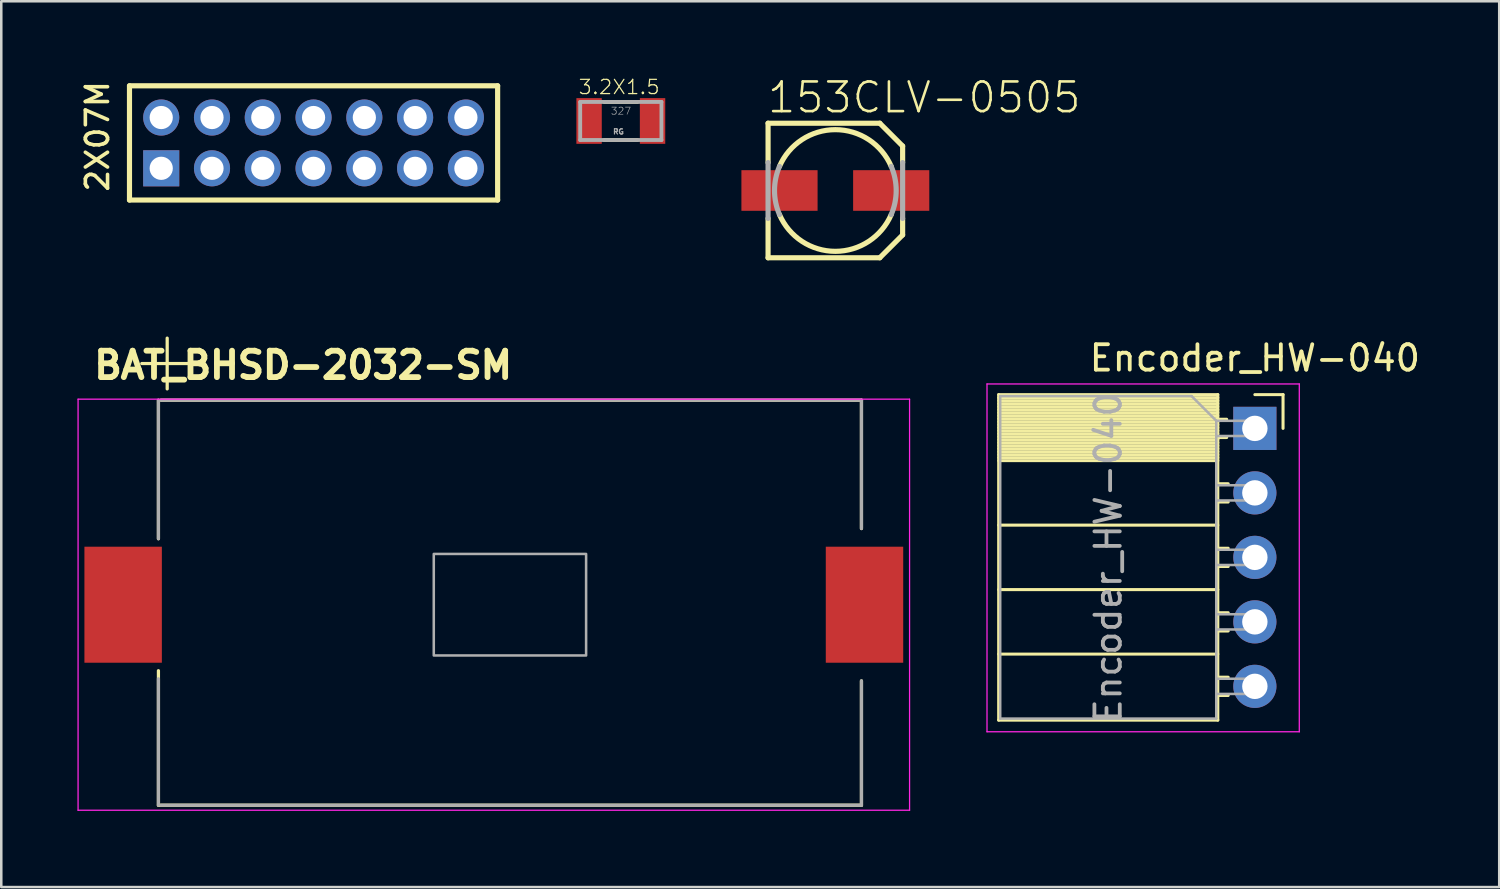
<source format=kicad_pcb>
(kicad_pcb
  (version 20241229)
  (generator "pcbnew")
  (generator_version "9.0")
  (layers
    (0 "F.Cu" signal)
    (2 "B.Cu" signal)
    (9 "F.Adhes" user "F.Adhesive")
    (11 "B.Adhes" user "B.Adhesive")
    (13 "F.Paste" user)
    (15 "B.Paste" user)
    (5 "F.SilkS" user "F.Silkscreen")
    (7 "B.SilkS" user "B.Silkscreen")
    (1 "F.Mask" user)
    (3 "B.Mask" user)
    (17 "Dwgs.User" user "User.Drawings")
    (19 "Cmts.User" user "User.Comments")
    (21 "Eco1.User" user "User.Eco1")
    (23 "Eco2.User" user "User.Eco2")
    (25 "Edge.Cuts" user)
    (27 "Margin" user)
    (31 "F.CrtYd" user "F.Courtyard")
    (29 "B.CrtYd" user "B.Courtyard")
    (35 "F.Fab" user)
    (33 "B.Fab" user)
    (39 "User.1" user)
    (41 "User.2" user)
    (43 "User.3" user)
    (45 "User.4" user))
  (footprint "Encoder_HW-040"
    (layer "F.Cu")
    (at 46.375 13.823)
    (property "Reference" "Encoder_HW-040" (at 0 -2.77 180) (layer "F.SilkS") (effects (font (size 1 1) (thickness 0.15))))
    (attr through_hole)
    (fp_line (start -10.09 -1.33) (end -10.09 11.49) (stroke (width 0.12) (type solid)) (layer "F.SilkS"))
    (fp_line (start -10.09 -1.33) (end -1.46 -1.33) (stroke (width 0.12) (type solid)) (layer "F.SilkS"))
    (fp_line (start -10.09 -1.21) (end -1.46 -1.21) (stroke (width 0.12) (type solid)) (layer "F.SilkS"))
    (fp_line (start -10.09 -1.092) (end -1.46 -1.092) (stroke (width 0.12) (type solid)) (layer "F.SilkS"))
    (fp_line (start -10.09 -0.974) (end -1.46 -0.974) (stroke (width 0.12) (type solid)) (layer "F.SilkS"))
    (fp_line (start -10.09 -0.856) (end -1.46 -0.856) (stroke (width 0.12) (type solid)) (layer "F.SilkS"))
    (fp_line (start -10.09 -0.738) (end -1.46 -0.738) (stroke (width 0.12) (type solid)) (layer "F.SilkS"))
    (fp_line (start -10.09 -0.62) (end -1.46 -0.62) (stroke (width 0.12) (type solid)) (layer "F.SilkS"))
    (fp_line (start -10.09 -0.501) (end -1.46 -0.501) (stroke (width 0.12) (type solid)) (layer "F.SilkS"))
    (fp_line (start -10.09 -0.383) (end -1.46 -0.383) (stroke (width 0.12) (type solid)) (layer "F.SilkS"))
    (fp_line (start -10.09 -0.265) (end -1.46 -0.265) (stroke (width 0.12) (type solid)) (layer "F.SilkS"))
    (fp_line (start -10.09 -0.147) (end -1.46 -0.147) (stroke (width 0.12) (type solid)) (layer "F.SilkS"))
    (fp_line (start -10.09 -0.029) (end -1.46 -0.029) (stroke (width 0.12) (type solid)) (layer "F.SilkS"))
    (fp_line (start -10.09 0.089) (end -1.46 0.089) (stroke (width 0.12) (type solid)) (layer "F.SilkS"))
    (fp_line (start -10.09 0.207) (end -1.46 0.207) (stroke (width 0.12) (type solid)) (layer "F.SilkS"))
    (fp_line (start -10.09 0.325) (end -1.46 0.325) (stroke (width 0.12) (type solid)) (layer "F.SilkS"))
    (fp_line (start -10.09 0.443) (end -1.46 0.443) (stroke (width 0.12) (type solid)) (layer "F.SilkS"))
    (fp_line (start -10.09 0.561) (end -1.46 0.561) (stroke (width 0.12) (type solid)) (layer "F.SilkS"))
    (fp_line (start -10.09 0.68) (end -1.46 0.68) (stroke (width 0.12) (type solid)) (layer "F.SilkS"))
    (fp_line (start -10.09 0.798) (end -1.46 0.798) (stroke (width 0.12) (type solid)) (layer "F.SilkS"))
    (fp_line (start -10.09 0.916) (end -1.46 0.916) (stroke (width 0.12) (type solid)) (layer "F.SilkS"))
    (fp_line (start -10.09 1.034) (end -1.46 1.034) (stroke (width 0.12) (type solid)) (layer "F.SilkS"))
    (fp_line (start -10.09 1.152) (end -1.46 1.152) (stroke (width 0.12) (type solid)) (layer "F.SilkS"))
    (fp_line (start -10.09 1.27) (end -1.46 1.27) (stroke (width 0.12) (type solid)) (layer "F.SilkS"))
    (fp_line (start -10.09 3.81) (end -1.46 3.81) (stroke (width 0.12) (type solid)) (layer "F.SilkS"))
    (fp_line (start -10.09 6.35) (end -1.46 6.35) (stroke (width 0.12) (type solid)) (layer "F.SilkS"))
    (fp_line (start -10.09 8.89) (end -1.46 8.89) (stroke (width 0.12) (type solid)) (layer "F.SilkS"))
    (fp_line (start -10.09 11.49) (end -1.46 11.49) (stroke (width 0.12) (type solid)) (layer "F.SilkS"))
    (fp_line (start -1.46 -1.33) (end -1.46 11.49) (stroke (width 0.12) (type solid)) (layer "F.SilkS"))
    (fp_line (start -1.46 -0.36) (end -1.11 -0.36) (stroke (width 0.12) (type solid)) (layer "F.SilkS"))
    (fp_line (start -1.46 0.36) (end -1.11 0.36) (stroke (width 0.12) (type solid)) (layer "F.SilkS"))
    (fp_line (start -1.46 2.18) (end -1.05 2.18) (stroke (width 0.12) (type solid)) (layer "F.SilkS"))
    (fp_line (start -1.46 2.9) (end -1.05 2.9) (stroke (width 0.12) (type solid)) (layer "F.SilkS"))
    (fp_line (start -1.46 4.72) (end -1.05 4.72) (stroke (width 0.12) (type solid)) (layer "F.SilkS"))
    (fp_line (start -1.46 5.44) (end -1.05 5.44) (stroke (width 0.12) (type solid)) (layer "F.SilkS"))
    (fp_line (start -1.46 7.26) (end -1.05 7.26) (stroke (width 0.12) (type solid)) (layer "F.SilkS"))
    (fp_line (start -1.46 7.98) (end -1.05 7.98) (stroke (width 0.12) (type solid)) (layer "F.SilkS"))
    (fp_line (start -1.46 9.8) (end -1.05 9.8) (stroke (width 0.12) (type solid)) (layer "F.SilkS"))
    (fp_line (start -1.46 10.52) (end -1.05 10.52) (stroke (width 0.12) (type solid)) (layer "F.SilkS"))
    (fp_line (start 0 -1.33) (end 1.11 -1.33) (stroke (width 0.12) (type solid)) (layer "F.SilkS"))
    (fp_line (start 1.11 -1.33) (end 1.11 0) (stroke (width 0.12) (type solid)) (layer "F.SilkS"))
    (fp_line (start -10.55 -1.75) (end -10.55 11.95) (stroke (width 0.05) (type solid)) (layer "F.CrtYd"))
    (fp_line (start -10.55 11.95) (end 1.75 11.95) (stroke (width 0.05) (type solid)) (layer "F.CrtYd"))
    (fp_line (start 1.75 -1.75) (end -10.55 -1.75) (stroke (width 0.05) (type solid)) (layer "F.CrtYd"))
    (fp_line (start 1.75 11.95) (end 1.75 -1.75) (stroke (width 0.05) (type solid)) (layer "F.CrtYd"))
    (fp_line (start -10.03 -1.27) (end -2.49 -1.27) (stroke (width 0.1) (type solid)) (layer "F.Fab"))
    (fp_line (start -10.03 11.43) (end -10.03 -1.27) (stroke (width 0.1) (type solid)) (layer "F.Fab"))
    (fp_line (start -2.49 -1.27) (end -1.52 -0.3) (stroke (width 0.1) (type solid)) (layer "F.Fab"))
    (fp_line (start -1.52 -0.3) (end -1.52 11.43) (stroke (width 0.1) (type solid)) (layer "F.Fab"))
    (fp_line (start -1.52 0.3) (end 0 0.3) (stroke (width 0.1) (type solid)) (layer "F.Fab"))
    (fp_line (start -1.52 2.84) (end 0 2.84) (stroke (width 0.1) (type solid)) (layer "F.Fab"))
    (fp_line (start -1.52 5.38) (end 0 5.38) (stroke (width 0.1) (type solid)) (layer "F.Fab"))
    (fp_line (start -1.52 7.92) (end 0 7.92) (stroke (width 0.1) (type solid)) (layer "F.Fab"))
    (fp_line (start -1.52 10.46) (end 0 10.46) (stroke (width 0.1) (type solid)) (layer "F.Fab"))
    (fp_line (start -1.52 11.43) (end -10.03 11.43) (stroke (width 0.1) (type solid)) (layer "F.Fab"))
    (fp_line (start 0 -0.3) (end -1.52 -0.3) (stroke (width 0.1) (type solid)) (layer "F.Fab"))
    (fp_line (start 0 0.3) (end 0 -0.3) (stroke (width 0.1) (type solid)) (layer "F.Fab"))
    (fp_line (start 0 2.24) (end -1.52 2.24) (stroke (width 0.1) (type solid)) (layer "F.Fab"))
    (fp_line (start 0 2.84) (end 0 2.24) (stroke (width 0.1) (type solid)) (layer "F.Fab"))
    (fp_line (start 0 4.78) (end -1.52 4.78) (stroke (width 0.1) (type solid)) (layer "F.Fab"))
    (fp_line (start 0 5.38) (end 0 4.78) (stroke (width 0.1) (type solid)) (layer "F.Fab"))
    (fp_line (start 0 7.32) (end -1.52 7.32) (stroke (width 0.1) (type solid)) (layer "F.Fab"))
    (fp_line (start 0 7.92) (end 0 7.32) (stroke (width 0.1) (type solid)) (layer "F.Fab"))
    (fp_line (start 0 9.86) (end -1.52 9.86) (stroke (width 0.1) (type solid)) (layer "F.Fab"))
    (fp_line (start 0 10.46) (end 0 9.86) (stroke (width 0.1) (type solid)) (layer "F.Fab"))
    (fp_text user "${REFERENCE}" (at -5.775 5.08 270) (layer "F.Fab") (effects (font (size 1 1) (thickness 0.15))))
    (pad "1" thru_hole rect (at 0 0) (size 1.7 1.7) (drill 1) (layers "*.Cu" "*.Mask"))
    (pad "2" thru_hole oval (at 0 2.54) (size 1.7 1.7) (drill 1) (layers "*.Cu" "*.Mask"))
    (pad "3" thru_hole oval (at 0 5.08) (size 1.7 1.7) (drill 1) (layers "*.Cu" "*.Mask"))
    (pad "4" thru_hole oval (at 0 7.62) (size 1.7 1.7) (drill 1) (layers "*.Cu" "*.Mask"))
    (pad "5" thru_hole oval (at 0 10.16) (size 1.7 1.7) (drill 1) (layers "*.Cu" "*.Mask")))
  (footprint "153CLV-0505"
    (layer "F.Cu")
    (at 29.852 4.453)
    (property "Reference" "153CLV-0505" (at -2.74 -2.98 0) (layer "F.SilkS") (effects (font (size 1.168 1.168) (thickness 0.102)) (justify left bottom)))
    (fp_line (start -2.65 -2.65) (end 1.75 -2.65) (stroke (width 0.203) (type solid)) (layer "F.SilkS"))
    (fp_line (start -2.65 -1.1) (end -2.65 -2.65) (stroke (width 0.203) (type solid)) (layer "F.SilkS"))
    (fp_line (start -2.65 2.65) (end -2.65 1.1) (stroke (width 0.203) (type solid)) (layer "F.SilkS"))
    (fp_line (start 1.75 -2.65) (end 2.65 -1.75) (stroke (width 0.203) (type solid)) (layer "F.SilkS"))
    (fp_line (start 1.75 2.65) (end -2.65 2.65) (stroke (width 0.203) (type solid)) (layer "F.SilkS"))
    (fp_line (start 2.65 -1.75) (end 2.65 -1.1) (stroke (width 0.203) (type solid)) (layer "F.SilkS"))
    (fp_line (start 2.65 1.1) (end 2.65 1.75) (stroke (width 0.203) (type solid)) (layer "F.SilkS"))
    (fp_line (start 2.65 1.75) (end 1.75 2.65) (stroke (width 0.203) (type solid)) (layer "F.SilkS"))
    (fp_arc (start -2.2 -0.95) (mid 0 -2.396351) (end 2.2 -0.95) (stroke (width 0.2032) (type solid)) (layer "F.SilkS"))
    (fp_arc (start 2.2 0.95) (mid 0 2.396351) (end -2.2 0.95) (stroke (width 0.2032) (type solid)) (layer "F.SilkS"))
    (fp_line (start -2.65 1.1) (end -2.65 -1.1) (stroke (width 0.203) (type solid)) (layer "F.Fab"))
    (fp_line (start 2.65 -1.1) (end 2.65 1.1) (stroke (width 0.203) (type solid)) (layer "F.Fab"))
    (fp_arc (start -2.2 0.95) (mid -2.396351 0) (end -2.2 -0.95) (stroke (width 0.2032) (type solid)) (layer "F.Fab"))
    (fp_arc (start 2.2 -0.95) (mid 2.396351 0) (end 2.2 0.95) (stroke (width 0.2032) (type solid)) (layer "F.Fab"))
    (pad "+" smd rect (at 2.2 0) (size 3 1.6) (layers "F.Cu" "F.Mask" "F.Paste"))
    (pad "-" smd rect (at -2.2 0) (size 3 1.6) (layers "F.Cu" "F.Mask" "F.Paste")))
  (footprint "2X07M"
    (layer "F.Cu")
    (at 9.3 2.579)
    (property "Reference" "2X07M" (at -8 2 90) (layer "F.SilkS") (effects (font (size 0.874 0.874) (thickness 0.142)) (justify left bottom)))
    (fp_line (start -7.25 -2.25) (end 7.25 -2.25) (stroke (width 0.203) (type solid)) (layer "F.SilkS"))
    (fp_line (start -7.25 2.25) (end -7.25 -2.25) (stroke (width 0.203) (type solid)) (layer "F.SilkS"))
    (fp_line (start 7.25 -2.25) (end 7.25 2.25) (stroke (width 0.203) (type solid)) (layer "F.SilkS"))
    (fp_line (start 7.25 2.25) (end -7.25 2.25) (stroke (width 0.203) (type solid)) (layer "F.SilkS"))
    (fp_poly (pts (xy -6.25 -0.75) (xy -5.75 -0.75) (xy -5.75 -1.25) (xy -6.25 -1.25)) (stroke (width 0.1) (type solid)) (fill no) (layer "F.Fab"))
    (fp_poly (pts (xy -6.25 1.25) (xy -5.75 1.25) (xy -5.75 0.75) (xy -6.25 0.75)) (stroke (width 0.1) (type solid)) (fill no) (layer "F.Fab"))
    (fp_poly (pts (xy -4.25 -0.75) (xy -3.75 -0.75) (xy -3.75 -1.25) (xy -4.25 -1.25)) (stroke (width 0.1) (type solid)) (fill no) (layer "F.Fab"))
    (fp_poly (pts (xy -4.25 1.25) (xy -3.75 1.25) (xy -3.75 0.75) (xy -4.25 0.75)) (stroke (width 0.1) (type solid)) (fill no) (layer "F.Fab"))
    (fp_poly (pts (xy -2.25 -0.75) (xy -1.75 -0.75) (xy -1.75 -1.25) (xy -2.25 -1.25)) (stroke (width 0.1) (type solid)) (fill no) (layer "F.Fab"))
    (fp_poly (pts (xy -2.25 1.25) (xy -1.75 1.25) (xy -1.75 0.75) (xy -2.25 0.75)) (stroke (width 0.1) (type solid)) (fill no) (layer "F.Fab"))
    (fp_poly (pts (xy -0.25 -0.75) (xy 0.25 -0.75) (xy 0.25 -1.25) (xy -0.25 -1.25)) (stroke (width 0.1) (type solid)) (fill no) (layer "F.Fab"))
    (fp_poly (pts (xy -0.25 1.25) (xy 0.25 1.25) (xy 0.25 0.75) (xy -0.25 0.75)) (stroke (width 0.1) (type solid)) (fill no) (layer "F.Fab"))
    (fp_poly (pts (xy 1.75 -0.75) (xy 2.25 -0.75) (xy 2.25 -1.25) (xy 1.75 -1.25)) (stroke (width 0.1) (type solid)) (fill no) (layer "F.Fab"))
    (fp_poly (pts (xy 1.75 1.25) (xy 2.25 1.25) (xy 2.25 0.75) (xy 1.75 0.75)) (stroke (width 0.1) (type solid)) (fill no) (layer "F.Fab"))
    (fp_poly (pts (xy 3.75 -0.75) (xy 4.25 -0.75) (xy 4.25 -1.25) (xy 3.75 -1.25)) (stroke (width 0.1) (type solid)) (fill no) (layer "F.Fab"))
    (fp_poly (pts (xy 3.75 1.25) (xy 4.25 1.25) (xy 4.25 0.75) (xy 3.75 0.75)) (stroke (width 0.1) (type solid)) (fill no) (layer "F.Fab"))
    (fp_poly (pts (xy 5.75 -0.75) (xy 6.25 -0.75) (xy 6.25 -1.25) (xy 5.75 -1.25)) (stroke (width 0.1) (type solid)) (fill no) (layer "F.Fab"))
    (fp_poly (pts (xy 5.75 1.25) (xy 6.25 1.25) (xy 6.25 0.75) (xy 5.75 0.75)) (stroke (width 0.1) (type solid)) (fill no) (layer "F.Fab"))
    (pad "1" thru_hole rect (at -6 1) (size 1.422 1.422) (drill 0.914) (layers "*.Cu" "*.Mask"))
    (pad "2" thru_hole circle (at -6 -1) (size 1.422 1.422) (drill 0.914) (layers "*.Cu" "*.Mask"))
    (pad "3" thru_hole circle (at -4 1) (size 1.422 1.422) (drill 0.914) (layers "*.Cu" "*.Mask"))
    (pad "4" thru_hole circle (at -4 -1) (size 1.422 1.422) (drill 0.914) (layers "*.Cu" "*.Mask"))
    (pad "5" thru_hole circle (at -2 1) (size 1.422 1.422) (drill 0.914) (layers "*.Cu" "*.Mask"))
    (pad "6" thru_hole circle (at -2 -1) (size 1.422 1.422) (drill 0.914) (layers "*.Cu" "*.Mask"))
    (pad "7" thru_hole circle (at 0 1) (size 1.422 1.422) (drill 0.914) (layers "*.Cu" "*.Mask"))
    (pad "8" thru_hole circle (at 0 -1) (size 1.422 1.422) (drill 0.914) (layers "*.Cu" "*.Mask"))
    (pad "9" thru_hole circle (at 2 1) (size 1.422 1.422) (drill 0.914) (layers "*.Cu" "*.Mask"))
    (pad "10" thru_hole circle (at 2 -1) (size 1.422 1.422) (drill 0.914) (layers "*.Cu" "*.Mask"))
    (pad "11" thru_hole circle (at 4 1) (size 1.422 1.422) (drill 0.914) (layers "*.Cu" "*.Mask"))
    (pad "12" thru_hole circle (at 4 -1) (size 1.422 1.422) (drill 0.914) (layers "*.Cu" "*.Mask"))
    (pad "13" thru_hole circle (at 6 1) (size 1.422 1.422) (drill 0.914) (layers "*.Cu" "*.Mask"))
    (pad "14" thru_hole circle (at 6 -1) (size 1.422 1.422) (drill 0.914) (layers "*.Cu" "*.Mask")))
  (footprint "BAT_BHSD-2032-SM"
    (layer "F.Cu")
    (at 17.035 20.768)
    (property "Reference" "BAT_BHSD-2032-SM" (at -16.5 -8.825 0) (layer "F.SilkS") (effects (font (size 1.041 1.041) (thickness 0.229)) (justify left bottom)))
    (fp_line (start -13.845 -8.056) (end -13.845 -2.599) (stroke (width 0.127) (type solid)) (layer "F.SilkS"))
    (fp_line (start -13.845 7.897) (end -13.845 2.599) (stroke (width 0.127) (type solid)) (layer "F.SilkS"))
    (fp_line (start -13.845 7.897) (end 13.845 7.897) (stroke (width 0.127) (type solid)) (layer "F.SilkS"))
    (fp_line (start -13.745 -8.056) (end 13.845 -8.056) (stroke (width 0.127) (type solid)) (layer "F.SilkS"))
    (fp_line (start -13.5 -9.5) (end -14.5 -9.5) (stroke (width 0.127) (type solid)) (layer "F.SilkS"))
    (fp_line (start -13.5 -9.5) (end -13.5 -10.5) (stroke (width 0.127) (type solid)) (layer "F.SilkS"))
    (fp_line (start -13.5 -9.5) (end -13.5 -8.5) (stroke (width 0.127) (type solid)) (layer "F.SilkS"))
    (fp_line (start -12.5 -9.5) (end -13.5 -9.5) (stroke (width 0.127) (type solid)) (layer "F.SilkS"))
    (fp_line (start 13.845 -8.056) (end 13.845 -3) (stroke (width 0.127) (type solid)) (layer "F.SilkS"))
    (fp_line (start 13.845 7.897) (end 13.845 3) (stroke (width 0.127) (type solid)) (layer "F.SilkS"))
    (fp_line (start -17.01 -8.095) (end 15.74 -8.095) (stroke (width 0.05) (type solid)) (layer "F.CrtYd"))
    (fp_line (start -17.01 8.095) (end -17.01 -8.095) (stroke (width 0.05) (type solid)) (layer "F.CrtYd"))
    (fp_line (start 15.74 -8.095) (end 15.74 8.095) (stroke (width 0.05) (type solid)) (layer "F.CrtYd"))
    (fp_line (start 15.74 8.095) (end -17.01 8.095) (stroke (width 0.05) (type solid)) (layer "F.CrtYd"))
    (fp_line (start -13.845 -8.056) (end -13.845 -2.599) (stroke (width 0.127) (type solid)) (layer "F.Fab"))
    (fp_line (start -13.845 7.897) (end -13.845 2.916) (stroke (width 0.127) (type solid)) (layer "F.Fab"))
    (fp_line (start -13.745 -8.056) (end 13.845 -8.056) (stroke (width 0.127) (type solid)) (layer "F.Fab"))
    (fp_line (start -13.745 7.897) (end 13.845 7.897) (stroke (width 0.127) (type solid)) (layer "F.Fab"))
    (fp_line (start 13.845 -8.056) (end 13.845 -3) (stroke (width 0.127) (type solid)) (layer "F.Fab"))
    (fp_line (start 13.845 7.897) (end 13.845 3) (stroke (width 0.127) (type solid)) (layer "F.Fab"))
    (fp_poly (pts (xy -3 2) (xy 3 2) (xy 3 -2) (xy -3 -2)) (stroke (width 0.1) (type solid)) (fill no) (layer "F.Fab"))
    (pad "+" smd rect (at -15.235 0) (size 3.05 4.57) (layers "F.Cu" "F.Mask" "F.Paste"))
    (pad "-" smd rect (at 13.965 0) (size 3.05 4.57) (layers "F.Cu" "F.Mask" "F.Paste")))
  (footprint "3.2X1.5"
    (layer "F.Cu")
    (at 21.402 1.715)
    (property "Reference" "3.2X1.5" (at -1.701 -1.008 0) (layer "F.SilkS") (effects (font (size 0.561 0.561) (thickness 0.049)) (justify left bottom)))
    (fp_line (start -0.65 -0.75) (end 0.65 -0.75) (stroke (width 0.152) (type solid)) (layer "F.SilkS"))
    (fp_line (start -0.65 0.75) (end 0.65 0.75) (stroke (width 0.152) (type solid)) (layer "F.SilkS"))
    (fp_line (start -1.6 -0.75) (end -1.6 0.75) (stroke (width 0.152) (type solid)) (layer "F.Fab"))
    (fp_line (start -1.6 0.75) (end 1.6 0.75) (stroke (width 0.152) (type solid)) (layer "F.Fab"))
    (fp_line (start 1.6 -0.75) (end -1.6 -0.75) (stroke (width 0.152) (type solid)) (layer "F.Fab"))
    (fp_line (start 1.6 0.75) (end 1.6 -0.75) (stroke (width 0.152) (type solid)) (layer "F.Fab"))
    (fp_text user "327" (at -0.41 -0.23 0) (layer "F.Fab") (effects (font (size 0.28 0.28) (thickness 0.024)) (justify left bottom)))
    (fp_text user "RG" (at -0.33 0.54 0) (layer "F.Fab") (effects (font (size 0.206 0.206) (thickness 0.048)) (justify left bottom)))
    (pad "1" smd rect (at -1.25 0) (size 1 1.8) (layers "F.Cu" "F.Mask" "F.Paste"))
    (pad "2" smd rect (at 1.25 0) (size 1 1.8) (layers "F.Cu" "F.Mask" "F.Paste")))
  (gr_rect
    (start -3 -3)
    (end 56 31.888)
    (stroke (width 0.1) (type default))
    (fill no)
    (layer "Edge.Cuts")))
</source>
